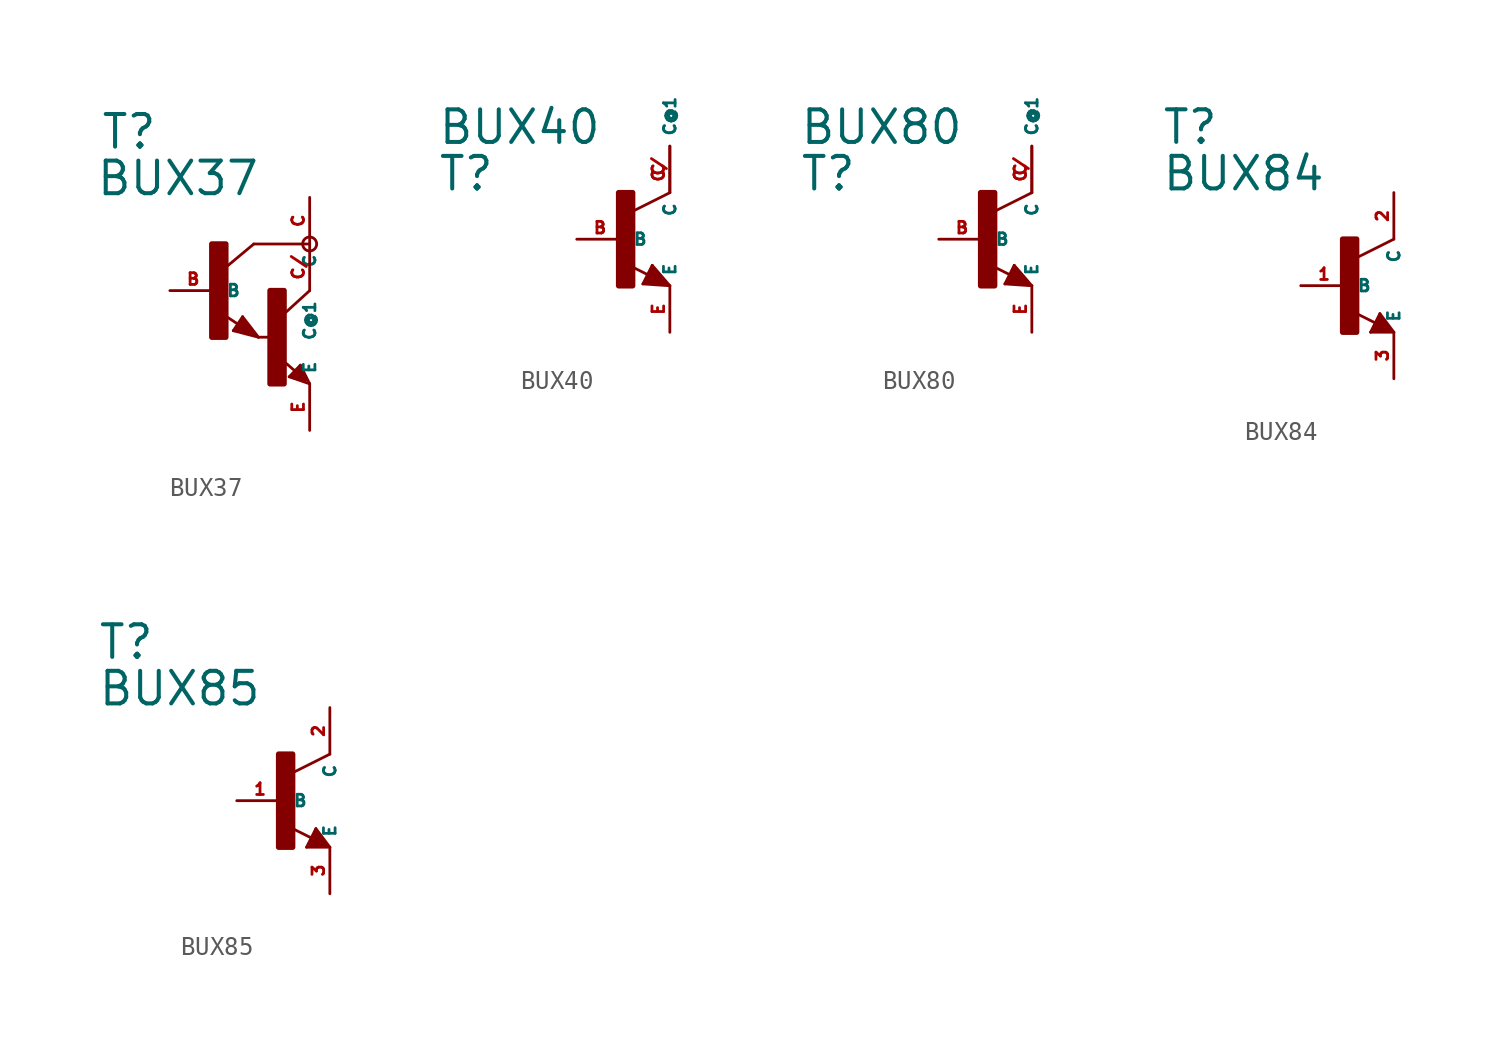
<source format=kicad_sym>
(kicad_symbol_lib
  (version 20220914)
  (generator Eagle2Kicad)
  (symbol "BUX37"
    (property "Reference" "T"
      (at -6.35 7.62 0)
      (effects (font (size 1.778 1.778) (thickness 0.22)) (justify left bottom)))
    (property "Value" "BUX37"
      (at -6.604 5.08 0)
      (effects (font (size 1.778 1.778) (thickness 0.22)) (justify left bottom)))
    (polyline
      (pts (xy 5.08 2.54) (xy 2.032 2.54))
      (stroke (width 0.152) (type default))
      (fill (type none)))
    (polyline
      (pts (xy 1.424 -1.424) (xy 2.286 -2.54))
      (stroke (width 0.152) (type default))
      (fill (type none)))
    (polyline
      (pts (xy 2.921 -2.54) (xy 2.286 -2.54))
      (stroke (width 0.152) (type default))
      (fill (type none)))
    (polyline
      (pts (xy 0.916 -2.186) (xy 1.424 -1.424))
      (stroke (width 0.152) (type default))
      (fill (type none)))
    (polyline
      (pts (xy 2.286 -2.54) (xy 0.916 -2.186))
      (stroke (width 0.152) (type default))
      (fill (type none)))
    (polyline
      (pts (xy 2.032 2.54) (xy 0.508 1.27))
      (stroke (width 0.152) (type default))
      (fill (type none)))
    (polyline
      (pts (xy 5.08 0) (xy 3.683 -1.27))
      (stroke (width 0.152) (type default))
      (fill (type none)))
    (polyline
      (pts (xy 5.08 -5.08) (xy 3.964 -4.699))
      (stroke (width 0.152) (type default))
      (fill (type none)))
    (polyline
      (pts (xy 4.572 -4.064) (xy 5.08 -5.08))
      (stroke (width 0.152) (type default))
      (fill (type none)))
    (polyline
      (pts (xy 3.964 -4.699) (xy 4.572 -4.064))
      (stroke (width 0.152) (type default))
      (fill (type none)))
    (polyline
      (pts (xy 1.186 -1.84) (xy 0.208 -1.197))
      (stroke (width 0.152) (type default))
      (fill (type none)))
    (polyline
      (pts (xy 4.28 -4.38) (xy 3.383 -3.61))
      (stroke (width 0.152) (type default))
      (fill (type none)))
    (polyline
      (pts (xy 4.826 -4.826) (xy 4.572 -4.318))
      (stroke (width 0.254) (type default))
      (fill (type none)))
    (polyline
      (pts (xy 4.572 -4.318) (xy 4.191 -4.699))
      (stroke (width 0.254) (type default))
      (fill (type none)))
    (polyline
      (pts (xy 4.191 -4.699) (xy 4.826 -4.826))
      (stroke (width 0.254) (type default))
      (fill (type none)))
    (polyline
      (pts (xy 4.826 -4.826) (xy 4.445 -4.572))
      (stroke (width 0.254) (type default))
      (fill (type none)))
    (polyline
      (pts (xy 2.159 -2.413) (xy 1.397 -1.524))
      (stroke (width 0.127) (type default))
      (fill (type none)))
    (polyline
      (pts (xy 1.397 -1.524) (xy 1.016 -2.159))
      (stroke (width 0.127) (type default))
      (fill (type none)))
    (polyline
      (pts (xy 1.016 -2.159) (xy 2.032 -2.413))
      (stroke (width 0.127) (type default))
      (fill (type none)))
    (polyline
      (pts (xy 2.032 -2.413) (xy 1.397 -1.651))
      (stroke (width 0.127) (type default))
      (fill (type none)))
    (polyline
      (pts (xy 1.397 -1.651) (xy 1.143 -2.032))
      (stroke (width 0.254) (type default))
      (fill (type none)))
    (polyline
      (pts (xy 1.143 -2.032) (xy 1.778 -2.286))
      (stroke (width 0.254) (type default))
      (fill (type none)))
    (polyline
      (pts (xy 1.778 -2.286) (xy 1.397 -1.905))
      (stroke (width 0.254) (type default))
      (fill (type none)))
    (circle
      (center 5.08 2.54)
      (radius 0.381)
      (stroke (width 0) (type default))
      (fill (type none)))
    (rectangle
      (start -0.254 -2.54)
      (end 0.508 2.54)
      (stroke (width 0.3) (type default))
      (fill (type outline)))
    (rectangle
      (start 2.921 -5.08)
      (end 3.683 0)
      (stroke (width 0.3) (type default))
      (fill (type outline)))
    (pin passive line
      (at -2.54 0 0)
      (length 2.54)
      (name "B" (effects (font (size 0.635 0.635) (thickness 0.08)) (justify left bottom)))
      (number "B" (effects (font (size 0.635 0.635) (thickness 0.08)) (justify left bottom))))
    (pin passive line
      (at 5.08 -7.62 90)
      (length 2.54)
      (name "E" (effects (font (size 0.635 0.635) (thickness 0.08)) (justify left bottom)))
      (number "E" (effects (font (size 0.635 0.635) (thickness 0.08)) (justify left bottom))))
    (pin passive line
      (at 5.08 5.08 270)
      (length 2.54)
      (name "C" (effects (font (size 0.635 0.635) (thickness 0.08)) (justify left bottom)))
      (number "C" (effects (font (size 0.635 0.635) (thickness 0.08)) (justify left bottom))))
    (pin passive line
      (at 5.08 2.54 270)
      (length 2.54)
      (name "C@1" (effects (font (size 0.635 0.635) (thickness 0.08)) (justify left bottom)))
      (number "C/" (effects (font (size 0.635 0.635) (thickness 0.08)) (justify left bottom)))))
  (symbol "BUX40"
    (property "Reference" "T"
      (at -10.16 2.54 0)
      (effects (font (size 1.778 1.778) (thickness 0.22)) (justify left bottom)))
    (property "Value" "BUX40"
      (at -10.16 5.08 0)
      (effects (font (size 1.778 1.778) (thickness 0.22)) (justify left bottom)))
    (polyline
      (pts (xy 2.54 2.54) (xy 0.508 1.524))
      (stroke (width 0.152) (type default))
      (fill (type none)))
    (polyline
      (pts (xy 1.578 -1.424) (xy 2.54 -2.54))
      (stroke (width 0.152) (type default))
      (fill (type none)))
    (polyline
      (pts (xy 2.54 -2.54) (xy 1.07 -2.44))
      (stroke (width 0.152) (type default))
      (fill (type none)))
    (polyline
      (pts (xy 1.07 -2.44) (xy 1.578 -1.424))
      (stroke (width 0.152) (type default))
      (fill (type none)))
    (polyline
      (pts (xy 1.34 -1.94) (xy 0.108 -1.324))
      (stroke (width 0.152) (type default))
      (fill (type none)))
    (polyline
      (pts (xy 2.286 -2.413) (xy 1.651 -1.651))
      (stroke (width 0.254) (type default))
      (fill (type none)))
    (polyline
      (pts (xy 1.651 -1.651) (xy 1.27 -2.286))
      (stroke (width 0.254) (type default))
      (fill (type none)))
    (polyline
      (pts (xy 1.27 -2.286) (xy 2.159 -2.413))
      (stroke (width 0.254) (type default))
      (fill (type none)))
    (polyline
      (pts (xy 2.159 -2.413) (xy 1.651 -1.905))
      (stroke (width 0.254) (type default))
      (fill (type none)))
    (polyline
      (pts (xy 1.651 -1.905) (xy 1.524 -2.159))
      (stroke (width 0.254) (type default))
      (fill (type none)))
    (polyline
      (pts (xy 1.524 -2.159) (xy 1.778 -2.159))
      (stroke (width 0.254) (type default))
      (fill (type none)))
    (rectangle
      (start -0.254 -2.54)
      (end 0.508 2.54)
      (stroke (width 0.3) (type default))
      (fill (type outline)))
    (pin passive line
      (at -2.54 0 0)
      (length 2.54)
      (name "B" (effects (font (size 0.635 0.635) (thickness 0.08)) (justify left bottom)))
      (number "B" (effects (font (size 0.635 0.635) (thickness 0.08)) (justify left bottom))))
    (pin passive line
      (at 2.54 -5.08 90)
      (length 2.54)
      (name "E" (effects (font (size 0.635 0.635) (thickness 0.08)) (justify left bottom)))
      (number "E" (effects (font (size 0.635 0.635) (thickness 0.08)) (justify left bottom))))
    (pin passive line
      (at 2.54 5.08 270)
      (length 2.54)
      (name "C" (effects (font (size 0.635 0.635) (thickness 0.08)) (justify left bottom)))
      (number "C" (effects (font (size 0.635 0.635) (thickness 0.08)) (justify left bottom))))
    (pin passive line
      (at 2.54 2.54 90)
      (length 2.54)
      (name "C@1" (effects (font (size 0.635 0.635) (thickness 0.08)) (justify left bottom)))
      (number "C/" (effects (font (size 0.635 0.635) (thickness 0.08)) (justify left bottom)))))
  (symbol "BUX80"
    (property "Reference" "T"
      (at -10.16 2.54 0)
      (effects (font (size 1.778 1.778) (thickness 0.22)) (justify left bottom)))
    (property "Value" "BUX80"
      (at -10.16 5.08 0)
      (effects (font (size 1.778 1.778) (thickness 0.22)) (justify left bottom)))
    (polyline
      (pts (xy 2.54 2.54) (xy 0.508 1.524))
      (stroke (width 0.152) (type default))
      (fill (type none)))
    (polyline
      (pts (xy 1.578 -1.424) (xy 2.54 -2.54))
      (stroke (width 0.152) (type default))
      (fill (type none)))
    (polyline
      (pts (xy 2.54 -2.54) (xy 1.07 -2.44))
      (stroke (width 0.152) (type default))
      (fill (type none)))
    (polyline
      (pts (xy 1.07 -2.44) (xy 1.578 -1.424))
      (stroke (width 0.152) (type default))
      (fill (type none)))
    (polyline
      (pts (xy 1.34 -1.94) (xy 0.108 -1.324))
      (stroke (width 0.152) (type default))
      (fill (type none)))
    (polyline
      (pts (xy 2.286 -2.413) (xy 1.651 -1.651))
      (stroke (width 0.254) (type default))
      (fill (type none)))
    (polyline
      (pts (xy 1.651 -1.651) (xy 1.27 -2.286))
      (stroke (width 0.254) (type default))
      (fill (type none)))
    (polyline
      (pts (xy 1.27 -2.286) (xy 2.159 -2.413))
      (stroke (width 0.254) (type default))
      (fill (type none)))
    (polyline
      (pts (xy 2.159 -2.413) (xy 1.651 -1.905))
      (stroke (width 0.254) (type default))
      (fill (type none)))
    (polyline
      (pts (xy 1.651 -1.905) (xy 1.524 -2.159))
      (stroke (width 0.254) (type default))
      (fill (type none)))
    (polyline
      (pts (xy 1.524 -2.159) (xy 1.778 -2.159))
      (stroke (width 0.254) (type default))
      (fill (type none)))
    (rectangle
      (start -0.254 -2.54)
      (end 0.508 2.54)
      (stroke (width 0.3) (type default))
      (fill (type outline)))
    (pin passive line
      (at -2.54 0 0)
      (length 2.54)
      (name "B" (effects (font (size 0.635 0.635) (thickness 0.08)) (justify left bottom)))
      (number "B" (effects (font (size 0.635 0.635) (thickness 0.08)) (justify left bottom))))
    (pin passive line
      (at 2.54 -5.08 90)
      (length 2.54)
      (name "E" (effects (font (size 0.635 0.635) (thickness 0.08)) (justify left bottom)))
      (number "E" (effects (font (size 0.635 0.635) (thickness 0.08)) (justify left bottom))))
    (pin passive line
      (at 2.54 5.08 270)
      (length 2.54)
      (name "C" (effects (font (size 0.635 0.635) (thickness 0.08)) (justify left bottom)))
      (number "C" (effects (font (size 0.635 0.635) (thickness 0.08)) (justify left bottom))))
    (pin passive line
      (at 2.54 2.54 90)
      (length 2.54)
      (name "C@1" (effects (font (size 0.635 0.635) (thickness 0.08)) (justify left bottom)))
      (number "C/" (effects (font (size 0.635 0.635) (thickness 0.08)) (justify left bottom)))))
  (symbol "BUX84"
    (property "Reference" "T"
      (at -10.16 7.62 0)
      (effects (font (size 1.778 1.778) (thickness 0.22)) (justify left bottom)))
    (property "Value" "BUX84"
      (at -10.16 5.08 0)
      (effects (font (size 1.778 1.778) (thickness 0.22)) (justify left bottom)))
    (polyline
      (pts (xy 2.54 2.54) (xy 0.508 1.524))
      (stroke (width 0.152) (type default))
      (fill (type none)))
    (polyline
      (pts (xy 1.778 -1.524) (xy 2.54 -2.54))
      (stroke (width 0.152) (type default))
      (fill (type none)))
    (polyline
      (pts (xy 2.54 -2.54) (xy 1.27 -2.54))
      (stroke (width 0.152) (type default))
      (fill (type none)))
    (polyline
      (pts (xy 1.27 -2.54) (xy 1.778 -1.524))
      (stroke (width 0.152) (type default))
      (fill (type none)))
    (polyline
      (pts (xy 1.54 -2.04) (xy 0.308 -1.424))
      (stroke (width 0.152) (type default))
      (fill (type none)))
    (polyline
      (pts (xy 1.524 -2.413) (xy 2.286 -2.413))
      (stroke (width 0.254) (type default))
      (fill (type none)))
    (polyline
      (pts (xy 2.286 -2.413) (xy 1.778 -1.778))
      (stroke (width 0.254) (type default))
      (fill (type none)))
    (polyline
      (pts (xy 1.778 -1.778) (xy 1.524 -2.286))
      (stroke (width 0.254) (type default))
      (fill (type none)))
    (polyline
      (pts (xy 1.524 -2.286) (xy 1.905 -2.286))
      (stroke (width 0.254) (type default))
      (fill (type none)))
    (polyline
      (pts (xy 1.905 -2.286) (xy 1.778 -2.032))
      (stroke (width 0.254) (type default))
      (fill (type none)))
    (rectangle
      (start -0.254 -2.54)
      (end 0.508 2.54)
      (stroke (width 0.3) (type default))
      (fill (type outline)))
    (pin passive line
      (at -2.54 0 0)
      (length 2.54)
      (name "B" (effects (font (size 0.635 0.635) (thickness 0.08)) (justify left bottom)))
      (number "1" (effects (font (size 0.635 0.635) (thickness 0.08)) (justify left bottom))))
    (pin passive line
      (at 2.54 -5.08 90)
      (length 2.54)
      (name "E" (effects (font (size 0.635 0.635) (thickness 0.08)) (justify left bottom)))
      (number "3" (effects (font (size 0.635 0.635) (thickness 0.08)) (justify left bottom))))
    (pin passive line
      (at 2.54 5.08 270)
      (length 2.54)
      (name "C" (effects (font (size 0.635 0.635) (thickness 0.08)) (justify left bottom)))
      (number "2" (effects (font (size 0.635 0.635) (thickness 0.08)) (justify left bottom)))))
  (symbol "BUX85"
    (property "Reference" "T"
      (at -10.16 7.62 0)
      (effects (font (size 1.778 1.778) (thickness 0.22)) (justify left bottom)))
    (property "Value" "BUX85"
      (at -10.16 5.08 0)
      (effects (font (size 1.778 1.778) (thickness 0.22)) (justify left bottom)))
    (polyline
      (pts (xy 2.54 2.54) (xy 0.508 1.524))
      (stroke (width 0.152) (type default))
      (fill (type none)))
    (polyline
      (pts (xy 1.778 -1.524) (xy 2.54 -2.54))
      (stroke (width 0.152) (type default))
      (fill (type none)))
    (polyline
      (pts (xy 2.54 -2.54) (xy 1.27 -2.54))
      (stroke (width 0.152) (type default))
      (fill (type none)))
    (polyline
      (pts (xy 1.27 -2.54) (xy 1.778 -1.524))
      (stroke (width 0.152) (type default))
      (fill (type none)))
    (polyline
      (pts (xy 1.54 -2.04) (xy 0.308 -1.424))
      (stroke (width 0.152) (type default))
      (fill (type none)))
    (polyline
      (pts (xy 1.524 -2.413) (xy 2.286 -2.413))
      (stroke (width 0.254) (type default))
      (fill (type none)))
    (polyline
      (pts (xy 2.286 -2.413) (xy 1.778 -1.778))
      (stroke (width 0.254) (type default))
      (fill (type none)))
    (polyline
      (pts (xy 1.778 -1.778) (xy 1.524 -2.286))
      (stroke (width 0.254) (type default))
      (fill (type none)))
    (polyline
      (pts (xy 1.524 -2.286) (xy 1.905 -2.286))
      (stroke (width 0.254) (type default))
      (fill (type none)))
    (polyline
      (pts (xy 1.905 -2.286) (xy 1.778 -2.032))
      (stroke (width 0.254) (type default))
      (fill (type none)))
    (rectangle
      (start -0.254 -2.54)
      (end 0.508 2.54)
      (stroke (width 0.3) (type default))
      (fill (type outline)))
    (pin passive line
      (at -2.54 0 0)
      (length 2.54)
      (name "B" (effects (font (size 0.635 0.635) (thickness 0.08)) (justify left bottom)))
      (number "1" (effects (font (size 0.635 0.635) (thickness 0.08)) (justify left bottom))))
    (pin passive line
      (at 2.54 -5.08 90)
      (length 2.54)
      (name "E" (effects (font (size 0.635 0.635) (thickness 0.08)) (justify left bottom)))
      (number "3" (effects (font (size 0.635 0.635) (thickness 0.08)) (justify left bottom))))
    (pin passive line
      (at 2.54 5.08 270)
      (length 2.54)
      (name "C" (effects (font (size 0.635 0.635) (thickness 0.08)) (justify left bottom)))
      (number "2" (effects (font (size 0.635 0.635) (thickness 0.08)) (justify left bottom))))))
</source>
